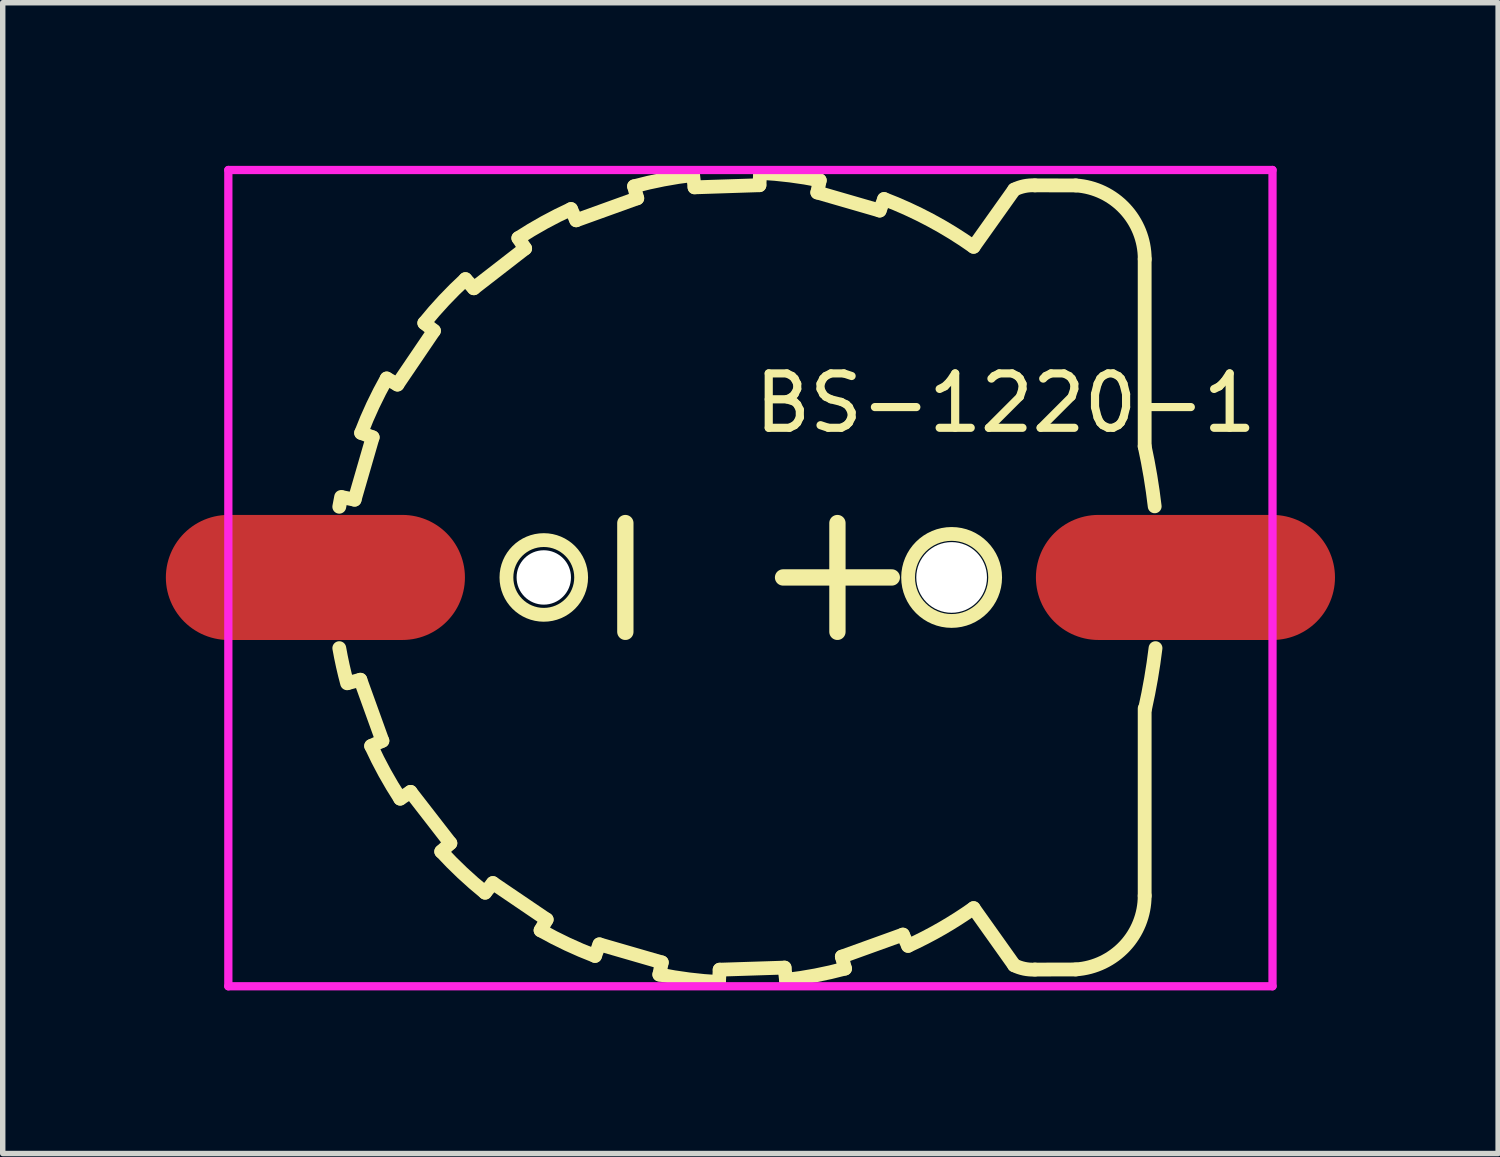
<source format=kicad_pcb>
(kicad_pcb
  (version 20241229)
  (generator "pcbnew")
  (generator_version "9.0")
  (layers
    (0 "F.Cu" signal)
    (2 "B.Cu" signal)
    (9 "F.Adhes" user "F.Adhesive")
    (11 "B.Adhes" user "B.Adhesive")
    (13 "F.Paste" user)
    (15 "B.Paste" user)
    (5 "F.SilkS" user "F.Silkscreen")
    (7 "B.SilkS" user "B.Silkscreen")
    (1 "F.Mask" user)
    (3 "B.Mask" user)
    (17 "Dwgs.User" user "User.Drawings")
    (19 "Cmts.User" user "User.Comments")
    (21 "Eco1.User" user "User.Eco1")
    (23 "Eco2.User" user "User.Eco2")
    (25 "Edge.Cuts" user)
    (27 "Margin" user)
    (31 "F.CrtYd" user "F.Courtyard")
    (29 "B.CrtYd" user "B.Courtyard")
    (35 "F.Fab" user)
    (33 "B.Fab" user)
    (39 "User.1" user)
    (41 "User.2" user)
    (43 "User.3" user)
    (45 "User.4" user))
  (footprint "BS-1220-1"
    (layer "F.Cu")
    (at 10.75 7.569)
    (property "Reference" "BS-1220-1" (at 0 -3.207 0) (layer "F.SilkS") (effects (font (size 1 1) (thickness 0.15)) (justify left)))
    (attr through_hole)
    (fp_line (start -7.502 -1.475) (end -7.279 -1.43) (stroke (width 0.254) (type solid)) (layer "F.SilkS"))
    (fp_line (start -7.393 1.94) (end -7.173 1.881) (stroke (width 0.254) (type solid)) (layer "F.SilkS"))
    (fp_line (start -7.173 1.881) (end -6.768 3.004) (stroke (width 0.254) (type solid)) (layer "F.SilkS"))
    (fp_line (start -7.159 -2.658) (end -6.947 -2.577) (stroke (width 0.254) (type solid)) (layer "F.SilkS"))
    (fp_line (start -6.975 3.099) (end -6.768 3.004) (stroke (width 0.254) (type solid)) (layer "F.SilkS"))
    (fp_line (start -6.947 -2.577) (end -7.279 -1.43) (stroke (width 0.254) (type solid)) (layer "F.SilkS"))
    (fp_line (start -6.689 -3.659) (end -6.491 -3.547) (stroke (width 0.254) (type solid)) (layer "F.SilkS"))
    (fp_line (start -6.441 4.068) (end -6.25 3.943) (stroke (width 0.254) (type solid)) (layer "F.SilkS"))
    (fp_line (start -6.25 3.943) (end -5.518 4.887) (stroke (width 0.254) (type solid)) (layer "F.SilkS"))
    (fp_line (start -5.997 -4.679) (end -5.82 -4.536) (stroke (width 0.254) (type solid)) (layer "F.SilkS"))
    (fp_line (start -5.82 -4.536) (end -6.491 -3.547) (stroke (width 0.254) (type solid)) (layer "F.SilkS"))
    (fp_line (start -5.686 5.041) (end -5.518 4.887) (stroke (width 0.254) (type solid)) (layer "F.SilkS"))
    (fp_line (start -5.241 -5.486) (end -5.087 -5.318) (stroke (width 0.254) (type solid)) (layer "F.SilkS"))
    (fp_line (start -4.879 5.797) (end -4.736 5.62) (stroke (width 0.254) (type solid)) (layer "F.SilkS"))
    (fp_line (start -4.736 5.62) (end -3.747 6.291) (stroke (width 0.254) (type solid)) (layer "F.SilkS"))
    (fp_line (start -4.268 -6.241) (end -4.143 -6.05) (stroke (width 0.254) (type solid)) (layer "F.SilkS"))
    (fp_line (start -4.143 -6.05) (end -5.087 -5.318) (stroke (width 0.254) (type solid)) (layer "F.SilkS"))
    (fp_line (start -3.859 6.489) (end -3.747 6.291) (stroke (width 0.254) (type solid)) (layer "F.SilkS"))
    (fp_line (start -3.299 -6.775) (end -3.204 -6.568) (stroke (width 0.254) (type solid)) (layer "F.SilkS"))
    (fp_line (start -2.858 6.96) (end -2.777 6.747) (stroke (width 0.254) (type solid)) (layer "F.SilkS"))
    (fp_line (start -2.777 6.747) (end -1.63 7.079) (stroke (width 0.254) (type solid)) (layer "F.SilkS"))
    (fp_line (start -2.3 -1) (end -2.3 1) (stroke (width 0.3) (type solid)) (layer "F.SilkS"))
    (fp_line (start -2.14 -7.193) (end -2.081 -6.973) (stroke (width 0.254) (type solid)) (layer "F.SilkS"))
    (fp_line (start -2.081 -6.973) (end -3.204 -6.568) (stroke (width 0.254) (type solid)) (layer "F.SilkS"))
    (fp_line (start -1.675 7.303) (end -1.63 7.079) (stroke (width 0.254) (type solid)) (layer "F.SilkS"))
    (fp_line (start -1.054 -7.401) (end -1.028 -7.174) (stroke (width 0.254) (type solid)) (layer "F.SilkS"))
    (fp_line (start -0.578 7.44) (end -0.566 7.213) (stroke (width 0.254) (type solid)) (layer "F.SilkS"))
    (fp_line (start -0.566 7.213) (end 0.628 7.175) (stroke (width 0.254) (type solid)) (layer "F.SilkS"))
    (fp_line (start 0.166 -7.213) (end -1.028 -7.174) (stroke (width 0.254) (type solid)) (layer "F.SilkS"))
    (fp_line (start 0.178 -7.44) (end 0.166 -7.213) (stroke (width 0.254) (type solid)) (layer "F.SilkS"))
    (fp_line (start 0.6 0) (end 2.6 0) (stroke (width 0.3) (type solid)) (layer "F.SilkS"))
    (fp_line (start 0.654 7.401) (end 0.628 7.175) (stroke (width 0.254) (type solid)) (layer "F.SilkS"))
    (fp_line (start 1.275 -7.302) (end 1.23 -7.079) (stroke (width 0.254) (type solid)) (layer "F.SilkS"))
    (fp_line (start 1.6 -1) (end 1.6 1) (stroke (width 0.3) (type solid)) (layer "F.SilkS"))
    (fp_line (start 1.681 6.973) (end 2.804 6.568) (stroke (width 0.254) (type solid)) (layer "F.SilkS"))
    (fp_line (start 1.74 7.193) (end 1.681 6.973) (stroke (width 0.254) (type solid)) (layer "F.SilkS"))
    (fp_line (start 2.377 -6.747) (end 1.23 -7.079) (stroke (width 0.254) (type solid)) (layer "F.SilkS"))
    (fp_line (start 2.458 -6.959) (end 2.377 -6.747) (stroke (width 0.254) (type solid)) (layer "F.SilkS"))
    (fp_line (start 2.899 6.775) (end 2.804 6.568) (stroke (width 0.254) (type solid)) (layer "F.SilkS"))
    (fp_line (start 4.104 -6.081) (end 4.851 -7.132) (stroke (width 0.254) (type solid)) (layer "F.SilkS"))
    (fp_line (start 4.104 6.081) (end 4.851 7.132) (stroke (width 0.254) (type solid)) (layer "F.SilkS"))
    (fp_line (start 5.233 -7.21) (end 5.983 -7.209) (stroke (width 0.254) (type solid)) (layer "F.SilkS"))
    (fp_line (start 5.233 7.211) (end 5.983 7.209) (stroke (width 0.254) (type solid)) (layer "F.SilkS"))
    (fp_line (start 7.25 -5.854) (end 7.25 -2.411) (stroke (width 0.254) (type solid)) (layer "F.SilkS"))
    (fp_line (start 7.25 5.854) (end 7.25 2.411) (stroke (width 0.254) (type solid)) (layer "F.SilkS"))
    (fp_arc (start -7.560999 -1.3) (mid -7.54453 -1.39003) (end -7.52696 -1.479852) (stroke (width 0.254) (type solid)) (layer "F.SilkS"))
    (fp_arc (start -7.416782 1.946413) (mid -7.495921 1.624801) (end -7.560737 1.3) (stroke (width 0.254) (type solid)) (layer "F.SilkS"))
    (fp_arc (start -7.159 -2.658) (mid -6.942519 -3.167188) (end -6.688842 -3.658903) (stroke (width 0.254) (type solid)) (layer "F.SilkS"))
    (fp_arc (start -6.441 4.068) (mid -6.72573 3.593552) (end -6.974452 3.099276) (stroke (width 0.254) (type solid)) (layer "F.SilkS"))
    (fp_arc (start -5.997 -4.679) (mid -5.633724 -5.096361) (end -5.240472 -5.485608) (stroke (width 0.254) (type solid)) (layer "F.SilkS"))
    (fp_arc (start -4.879 5.797) (mid -5.296374 5.433712) (end -5.685632 5.040446) (stroke (width 0.254) (type solid)) (layer "F.SilkS"))
    (fp_arc (start -4.268 -6.241) (mid -3.793552 -6.52573) (end -3.299276 -6.774452) (stroke (width 0.254) (type solid)) (layer "F.SilkS"))
    (fp_arc (start -2.858 6.96) (mid -3.367267 6.743514) (end -3.85906 6.489826) (stroke (width 0.254) (type solid)) (layer "F.SilkS"))
    (fp_arc (start -2.14 -7.193) (mid -1.60077 -7.317152) (end -1.053813 -7.400936) (stroke (width 0.254) (type solid)) (layer "F.SilkS"))
    (fp_arc (start -0.578 7.44) (mid -1.129182 7.391423) (end -1.675237 7.302065) (stroke (width 0.254) (type solid)) (layer "F.SilkS"))
    (fp_arc (start 0.178 -7.44) (mid 0.729182 -7.391423) (end 1.275237 -7.302065) (stroke (width 0.254) (type solid)) (layer "F.SilkS"))
    (fp_arc (start 1.74 7.193) (mid 1.200758 7.317153) (end 0.653788 7.400939) (stroke (width 0.254) (type solid)) (layer "F.SilkS"))
    (fp_arc (start 2.458 -6.959) (mid 3.308402 -6.571435) (end 4.103586 -6.080443) (stroke (width 0.254) (type solid)) (layer "F.SilkS"))
    (fp_arc (start 4.104 6.081) (mid 3.517704 6.456133) (end 2.898957 6.774913) (stroke (width 0.254) (type solid)) (layer "F.SilkS"))
    (fp_arc (start 4.851 -7.132) (mid 5.037062 -7.195822) (end 5.233221 -7.210456) (stroke (width 0.254) (type solid)) (layer "F.SilkS"))
    (fp_arc (start 5.233 7.211) (mid 5.036711 7.196292) (end 4.850541 7.132366) (stroke (width 0.254) (type solid)) (layer "F.SilkS"))
    (fp_arc (start 5.983 -7.209) (mid 6.884551 -6.781875) (end 7.250986 -5.853999) (stroke (width 0.254) (type solid)) (layer "F.SilkS"))
    (fp_arc (start 7.25 -2.411) (mid 7.355902 -1.861549) (end 7.434356 -1.307513) (stroke (width 0.254) (type solid)) (layer "F.SilkS"))
    (fp_arc (start 7.25 5.854) (mid 6.88383 6.781202) (end 5.982934 7.208017) (stroke (width 0.254) (type solid)) (layer "F.SilkS"))
    (fp_arc (start 7.449475 1.3) (mid 7.367502 1.858762) (end 7.257784 2.412745) (stroke (width 0.254) (type solid)) (layer "F.SilkS"))
    (fp_circle (center -3.8 0) (end -3.141 0.194) (stroke (width 0.254) (type solid)) (fill no) (layer "F.SilkS"))
    (fp_circle (center 3.7 0) (end 4.5 0) (stroke (width 0.254) (type solid)) (fill no) (layer "F.SilkS"))
    (fp_line (start -9.601 -7.493) (end 9.601 -7.493) (stroke (width 0.152) (type solid)) (layer "F.CrtYd"))
    (fp_line (start -9.601 7.518) (end -9.601 -7.493) (stroke (width 0.152) (type solid)) (layer "F.CrtYd"))
    (fp_line (start 9.601 -7.493) (end 9.601 7.518) (stroke (width 0.152) (type solid)) (layer "F.CrtYd"))
    (fp_line (start 9.601 7.518) (end -9.601 7.518) (stroke (width 0.152) (type solid)) (layer "F.CrtYd"))
    (pad "" np_thru_hole circle (at -3.8 0) (size 1 1) (drill oval 1.005 1) (layers "*.Cu" "*.Mask"))
    (pad "" np_thru_hole circle (at 3.7 0) (size 1.3 1.3) (drill oval 1.305 1.3) (layers "*.Cu" "*.Mask"))
    (pad "1" smd oval (at 8 0) (size 5.5 2.3) (layers "F.Cu" "F.Mask" "F.Paste"))
    (pad "2" smd oval (at -8 0) (size 5.5 2.3) (layers "F.Cu" "F.Mask" "F.Paste")))
  (gr_rect
    (start -3 -3)
    (end 24.5 18.163)
    (stroke (width 0.1) (type default))
    (fill no)
    (layer "Edge.Cuts")))
</source>
